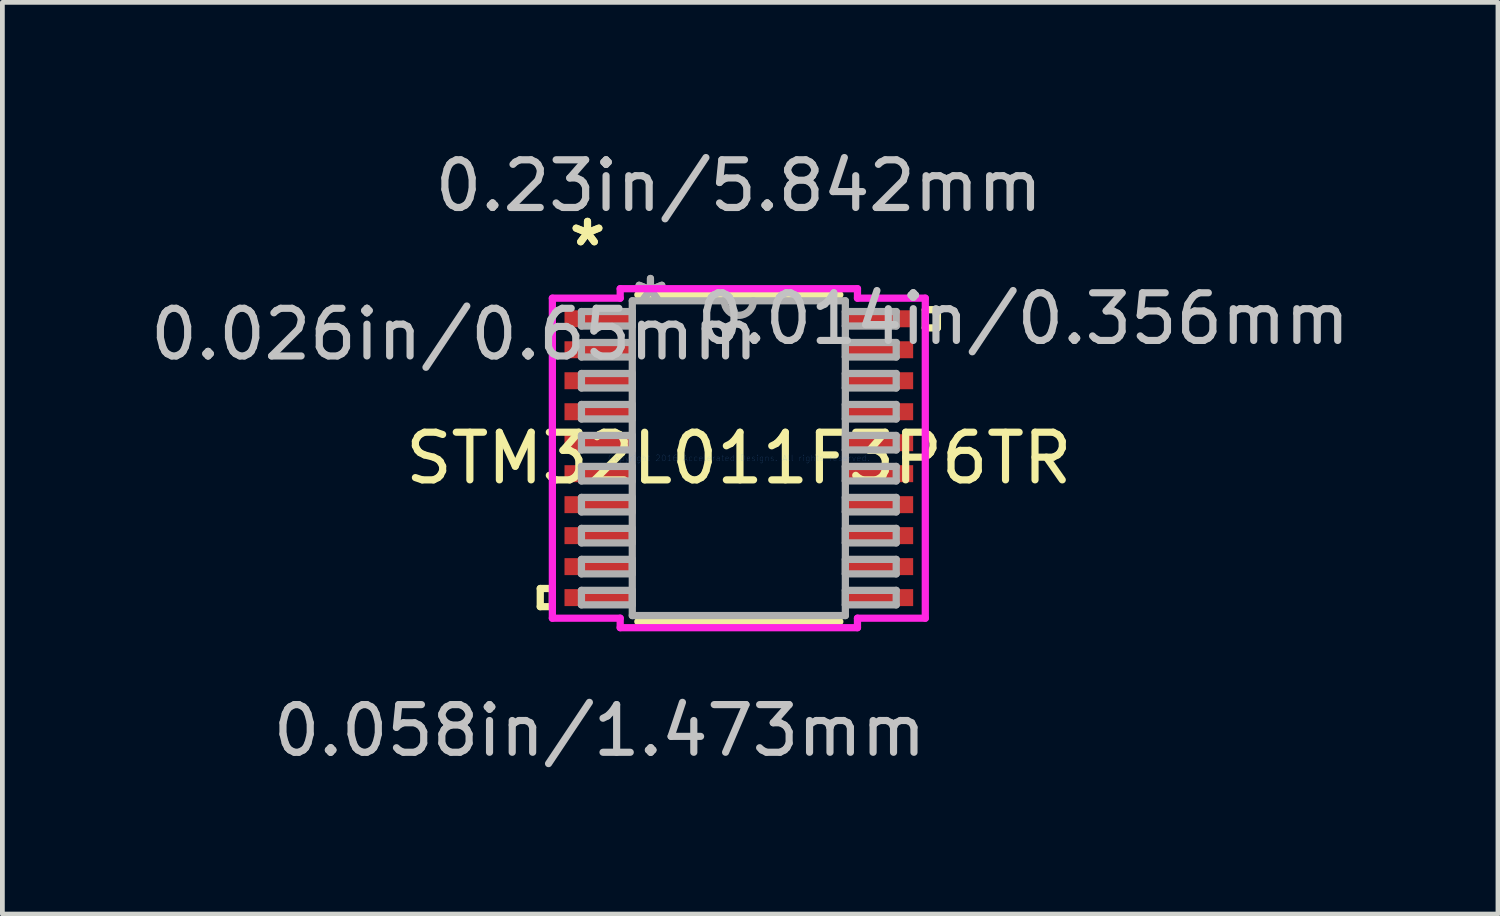
<source format=kicad_pcb>
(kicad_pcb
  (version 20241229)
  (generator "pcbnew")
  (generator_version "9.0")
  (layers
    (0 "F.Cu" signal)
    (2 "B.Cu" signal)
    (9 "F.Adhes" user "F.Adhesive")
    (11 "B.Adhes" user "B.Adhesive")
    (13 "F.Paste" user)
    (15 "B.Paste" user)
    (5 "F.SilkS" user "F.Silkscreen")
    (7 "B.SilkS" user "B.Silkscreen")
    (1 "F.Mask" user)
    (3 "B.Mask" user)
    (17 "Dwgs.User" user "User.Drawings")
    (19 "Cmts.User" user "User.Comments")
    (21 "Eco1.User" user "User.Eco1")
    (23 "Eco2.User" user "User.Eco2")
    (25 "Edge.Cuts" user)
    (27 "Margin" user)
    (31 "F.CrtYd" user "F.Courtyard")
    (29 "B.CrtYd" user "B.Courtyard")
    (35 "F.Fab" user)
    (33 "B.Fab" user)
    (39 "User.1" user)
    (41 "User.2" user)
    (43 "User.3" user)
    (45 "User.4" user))
  (footprint "STM32L011F3P6TR"
    (layer "F.Cu")
    (at 12.451 6.563)
    (property "Reference" "STM32L011F3P6TR" (at 0 0 0) (layer "F.SilkS") (effects (font (size 1 1) (thickness 0.15))))
    (attr through_hole)
    (fp_line (start -4.166 2.734) (end -4.166 3.115) (stroke (width 0.152) (type solid)) (layer "F.SilkS"))
    (fp_line (start -4.166 3.115) (end -3.912 3.115) (stroke (width 0.152) (type solid)) (layer "F.SilkS"))
    (fp_line (start -3.912 2.734) (end -4.166 2.734) (stroke (width 0.152) (type solid)) (layer "F.SilkS"))
    (fp_line (start -3.912 3.115) (end -3.912 2.734) (stroke (width 0.152) (type solid)) (layer "F.SilkS"))
    (fp_line (start -2.119 3.429) (end 2.119 3.429) (stroke (width 0.152) (type solid)) (layer "F.SilkS"))
    (fp_line (start 2.119 -3.429) (end -2.119 -3.429) (stroke (width 0.152) (type solid)) (layer "F.SilkS"))
    (fp_line (start 3.912 -3.115) (end 4.166 -3.115) (stroke (width 0.152) (type solid)) (layer "F.SilkS"))
    (fp_line (start 3.912 -2.734) (end 3.912 -3.115) (stroke (width 0.152) (type solid)) (layer "F.SilkS"))
    (fp_line (start 4.166 -3.115) (end 4.166 -2.734) (stroke (width 0.152) (type solid)) (layer "F.SilkS"))
    (fp_line (start 4.166 -2.734) (end 3.912 -2.734) (stroke (width 0.152) (type solid)) (layer "F.SilkS"))
    (fp_line (start -3.912 -3.357) (end -2.489 -3.357) (stroke (width 0.152) (type solid)) (layer "F.CrtYd"))
    (fp_line (start -3.912 3.357) (end -3.912 -3.357) (stroke (width 0.152) (type solid)) (layer "F.CrtYd"))
    (fp_line (start -2.489 -3.556) (end 2.489 -3.556) (stroke (width 0.152) (type solid)) (layer "F.CrtYd"))
    (fp_line (start -2.489 -3.357) (end -2.489 -3.556) (stroke (width 0.152) (type solid)) (layer "F.CrtYd"))
    (fp_line (start -2.489 3.357) (end -3.912 3.357) (stroke (width 0.152) (type solid)) (layer "F.CrtYd"))
    (fp_line (start -2.489 3.556) (end -2.489 3.357) (stroke (width 0.152) (type solid)) (layer "F.CrtYd"))
    (fp_line (start 2.489 -3.556) (end 2.489 -3.357) (stroke (width 0.152) (type solid)) (layer "F.CrtYd"))
    (fp_line (start 2.489 -3.357) (end 3.912 -3.357) (stroke (width 0.152) (type solid)) (layer "F.CrtYd"))
    (fp_line (start 2.489 3.357) (end 2.489 3.556) (stroke (width 0.152) (type solid)) (layer "F.CrtYd"))
    (fp_line (start 2.489 3.556) (end -2.489 3.556) (stroke (width 0.152) (type solid)) (layer "F.CrtYd"))
    (fp_line (start 3.912 -3.357) (end 3.912 3.357) (stroke (width 0.152) (type solid)) (layer "F.CrtYd"))
    (fp_line (start 3.912 3.357) (end 2.489 3.357) (stroke (width 0.152) (type solid)) (layer "F.CrtYd"))
    (fp_line (start -3.302 -3.077) (end -3.302 -2.773) (stroke (width 0.152) (type solid)) (layer "F.Fab"))
    (fp_line (start -3.302 -2.773) (end -2.235 -2.773) (stroke (width 0.152) (type solid)) (layer "F.Fab"))
    (fp_line (start -3.302 -2.427) (end -3.302 -2.123) (stroke (width 0.152) (type solid)) (layer "F.Fab"))
    (fp_line (start -3.302 -2.123) (end -2.235 -2.123) (stroke (width 0.152) (type solid)) (layer "F.Fab"))
    (fp_line (start -3.302 -1.777) (end -3.302 -1.473) (stroke (width 0.152) (type solid)) (layer "F.Fab"))
    (fp_line (start -3.302 -1.473) (end -2.235 -1.473) (stroke (width 0.152) (type solid)) (layer "F.Fab"))
    (fp_line (start -3.302 -1.127) (end -3.302 -0.823) (stroke (width 0.152) (type solid)) (layer "F.Fab"))
    (fp_line (start -3.302 -0.823) (end -2.235 -0.823) (stroke (width 0.152) (type solid)) (layer "F.Fab"))
    (fp_line (start -3.302 -0.477) (end -3.302 -0.173) (stroke (width 0.152) (type solid)) (layer "F.Fab"))
    (fp_line (start -3.302 -0.173) (end -2.235 -0.173) (stroke (width 0.152) (type solid)) (layer "F.Fab"))
    (fp_line (start -3.302 0.173) (end -3.302 0.477) (stroke (width 0.152) (type solid)) (layer "F.Fab"))
    (fp_line (start -3.302 0.477) (end -2.235 0.477) (stroke (width 0.152) (type solid)) (layer "F.Fab"))
    (fp_line (start -3.302 0.823) (end -3.302 1.127) (stroke (width 0.152) (type solid)) (layer "F.Fab"))
    (fp_line (start -3.302 1.127) (end -2.235 1.127) (stroke (width 0.152) (type solid)) (layer "F.Fab"))
    (fp_line (start -3.302 1.473) (end -3.302 1.777) (stroke (width 0.152) (type solid)) (layer "F.Fab"))
    (fp_line (start -3.302 1.777) (end -2.235 1.777) (stroke (width 0.152) (type solid)) (layer "F.Fab"))
    (fp_line (start -3.302 2.123) (end -3.302 2.427) (stroke (width 0.152) (type solid)) (layer "F.Fab"))
    (fp_line (start -3.302 2.427) (end -2.235 2.427) (stroke (width 0.152) (type solid)) (layer "F.Fab"))
    (fp_line (start -3.302 2.773) (end -3.302 3.077) (stroke (width 0.152) (type solid)) (layer "F.Fab"))
    (fp_line (start -3.302 3.077) (end -2.235 3.077) (stroke (width 0.152) (type solid)) (layer "F.Fab"))
    (fp_line (start -2.235 -3.302) (end -2.235 3.302) (stroke (width 0.152) (type solid)) (layer "F.Fab"))
    (fp_line (start -2.235 -3.077) (end -3.302 -3.077) (stroke (width 0.152) (type solid)) (layer "F.Fab"))
    (fp_line (start -2.235 -2.773) (end -2.235 -3.077) (stroke (width 0.152) (type solid)) (layer "F.Fab"))
    (fp_line (start -2.235 -2.427) (end -3.302 -2.427) (stroke (width 0.152) (type solid)) (layer "F.Fab"))
    (fp_line (start -2.235 -2.123) (end -2.235 -2.427) (stroke (width 0.152) (type solid)) (layer "F.Fab"))
    (fp_line (start -2.235 -1.777) (end -3.302 -1.777) (stroke (width 0.152) (type solid)) (layer "F.Fab"))
    (fp_line (start -2.235 -1.473) (end -2.235 -1.777) (stroke (width 0.152) (type solid)) (layer "F.Fab"))
    (fp_line (start -2.235 -1.127) (end -3.302 -1.127) (stroke (width 0.152) (type solid)) (layer "F.Fab"))
    (fp_line (start -2.235 -0.823) (end -2.235 -1.127) (stroke (width 0.152) (type solid)) (layer "F.Fab"))
    (fp_line (start -2.235 -0.477) (end -3.302 -0.477) (stroke (width 0.152) (type solid)) (layer "F.Fab"))
    (fp_line (start -2.235 -0.173) (end -2.235 -0.477) (stroke (width 0.152) (type solid)) (layer "F.Fab"))
    (fp_line (start -2.235 0.173) (end -3.302 0.173) (stroke (width 0.152) (type solid)) (layer "F.Fab"))
    (fp_line (start -2.235 0.477) (end -2.235 0.173) (stroke (width 0.152) (type solid)) (layer "F.Fab"))
    (fp_line (start -2.235 0.823) (end -3.302 0.823) (stroke (width 0.152) (type solid)) (layer "F.Fab"))
    (fp_line (start -2.235 1.127) (end -2.235 0.823) (stroke (width 0.152) (type solid)) (layer "F.Fab"))
    (fp_line (start -2.235 1.473) (end -3.302 1.473) (stroke (width 0.152) (type solid)) (layer "F.Fab"))
    (fp_line (start -2.235 1.777) (end -2.235 1.473) (stroke (width 0.152) (type solid)) (layer "F.Fab"))
    (fp_line (start -2.235 2.123) (end -3.302 2.123) (stroke (width 0.152) (type solid)) (layer "F.Fab"))
    (fp_line (start -2.235 2.427) (end -2.235 2.123) (stroke (width 0.152) (type solid)) (layer "F.Fab"))
    (fp_line (start -2.235 2.773) (end -3.302 2.773) (stroke (width 0.152) (type solid)) (layer "F.Fab"))
    (fp_line (start -2.235 3.077) (end -2.235 2.773) (stroke (width 0.152) (type solid)) (layer "F.Fab"))
    (fp_line (start -2.235 3.302) (end 2.235 3.302) (stroke (width 0.152) (type solid)) (layer "F.Fab"))
    (fp_line (start 2.235 -3.302) (end -2.235 -3.302) (stroke (width 0.152) (type solid)) (layer "F.Fab"))
    (fp_line (start 2.235 -3.077) (end 2.235 -2.773) (stroke (width 0.152) (type solid)) (layer "F.Fab"))
    (fp_line (start 2.235 -2.773) (end 3.302 -2.773) (stroke (width 0.152) (type solid)) (layer "F.Fab"))
    (fp_line (start 2.235 -2.427) (end 2.235 -2.123) (stroke (width 0.152) (type solid)) (layer "F.Fab"))
    (fp_line (start 2.235 -2.123) (end 3.302 -2.123) (stroke (width 0.152) (type solid)) (layer "F.Fab"))
    (fp_line (start 2.235 -1.777) (end 2.235 -1.473) (stroke (width 0.152) (type solid)) (layer "F.Fab"))
    (fp_line (start 2.235 -1.473) (end 3.302 -1.473) (stroke (width 0.152) (type solid)) (layer "F.Fab"))
    (fp_line (start 2.235 -1.127) (end 2.235 -0.823) (stroke (width 0.152) (type solid)) (layer "F.Fab"))
    (fp_line (start 2.235 -0.823) (end 3.302 -0.823) (stroke (width 0.152) (type solid)) (layer "F.Fab"))
    (fp_line (start 2.235 -0.477) (end 2.235 -0.173) (stroke (width 0.152) (type solid)) (layer "F.Fab"))
    (fp_line (start 2.235 -0.173) (end 3.302 -0.173) (stroke (width 0.152) (type solid)) (layer "F.Fab"))
    (fp_line (start 2.235 0.173) (end 2.235 0.477) (stroke (width 0.152) (type solid)) (layer "F.Fab"))
    (fp_line (start 2.235 0.477) (end 3.302 0.477) (stroke (width 0.152) (type solid)) (layer "F.Fab"))
    (fp_line (start 2.235 0.823) (end 2.235 1.127) (stroke (width 0.152) (type solid)) (layer "F.Fab"))
    (fp_line (start 2.235 1.127) (end 3.302 1.127) (stroke (width 0.152) (type solid)) (layer "F.Fab"))
    (fp_line (start 2.235 1.473) (end 2.235 1.777) (stroke (width 0.152) (type solid)) (layer "F.Fab"))
    (fp_line (start 2.235 1.777) (end 3.302 1.777) (stroke (width 0.152) (type solid)) (layer "F.Fab"))
    (fp_line (start 2.235 2.123) (end 2.235 2.427) (stroke (width 0.152) (type solid)) (layer "F.Fab"))
    (fp_line (start 2.235 2.427) (end 3.302 2.427) (stroke (width 0.152) (type solid)) (layer "F.Fab"))
    (fp_line (start 2.235 2.773) (end 2.235 3.077) (stroke (width 0.152) (type solid)) (layer "F.Fab"))
    (fp_line (start 2.235 3.077) (end 3.302 3.077) (stroke (width 0.152) (type solid)) (layer "F.Fab"))
    (fp_line (start 2.235 3.302) (end 2.235 -3.302) (stroke (width 0.152) (type solid)) (layer "F.Fab"))
    (fp_line (start 3.302 -3.077) (end 2.235 -3.077) (stroke (width 0.152) (type solid)) (layer "F.Fab"))
    (fp_line (start 3.302 -2.773) (end 3.302 -3.077) (stroke (width 0.152) (type solid)) (layer "F.Fab"))
    (fp_line (start 3.302 -2.427) (end 2.235 -2.427) (stroke (width 0.152) (type solid)) (layer "F.Fab"))
    (fp_line (start 3.302 -2.123) (end 3.302 -2.427) (stroke (width 0.152) (type solid)) (layer "F.Fab"))
    (fp_line (start 3.302 -1.777) (end 2.235 -1.777) (stroke (width 0.152) (type solid)) (layer "F.Fab"))
    (fp_line (start 3.302 -1.473) (end 3.302 -1.777) (stroke (width 0.152) (type solid)) (layer "F.Fab"))
    (fp_line (start 3.302 -1.127) (end 2.235 -1.127) (stroke (width 0.152) (type solid)) (layer "F.Fab"))
    (fp_line (start 3.302 -0.823) (end 3.302 -1.127) (stroke (width 0.152) (type solid)) (layer "F.Fab"))
    (fp_line (start 3.302 -0.477) (end 2.235 -0.477) (stroke (width 0.152) (type solid)) (layer "F.Fab"))
    (fp_line (start 3.302 -0.173) (end 3.302 -0.477) (stroke (width 0.152) (type solid)) (layer "F.Fab"))
    (fp_line (start 3.302 0.173) (end 2.235 0.173) (stroke (width 0.152) (type solid)) (layer "F.Fab"))
    (fp_line (start 3.302 0.477) (end 3.302 0.173) (stroke (width 0.152) (type solid)) (layer "F.Fab"))
    (fp_line (start 3.302 0.823) (end 2.235 0.823) (stroke (width 0.152) (type solid)) (layer "F.Fab"))
    (fp_line (start 3.302 1.127) (end 3.302 0.823) (stroke (width 0.152) (type solid)) (layer "F.Fab"))
    (fp_line (start 3.302 1.473) (end 2.235 1.473) (stroke (width 0.152) (type solid)) (layer "F.Fab"))
    (fp_line (start 3.302 1.777) (end 3.302 1.473) (stroke (width 0.152) (type solid)) (layer "F.Fab"))
    (fp_line (start 3.302 2.123) (end 2.235 2.123) (stroke (width 0.152) (type solid)) (layer "F.Fab"))
    (fp_line (start 3.302 2.427) (end 3.302 2.123) (stroke (width 0.152) (type solid)) (layer "F.Fab"))
    (fp_line (start 3.302 2.773) (end 2.235 2.773) (stroke (width 0.152) (type solid)) (layer "F.Fab"))
    (fp_line (start 3.302 3.077) (end 3.302 2.773) (stroke (width 0.152) (type solid)) (layer "F.Fab"))
    (fp_arc (start 0.3048 -3.302) (mid 0 -2.9972) (end -0.3048 -3.302) (stroke (width 0.1524) (type solid)) (layer "F.Fab"))
    (fp_text user "*" (at -3.175 -4.424 0) (layer "F.SilkS") (effects (font (size 1 1) (thickness 0.15))))
    (fp_text user "*" (at -3.175 -4.424 0) (layer "F.SilkS") (effects (font (size 1 1) (thickness 0.15))))
    (fp_text user "0.014in/0.356mm" (at 5.969 -2.925 0) (layer "Dwgs.User") (effects (font (size 1 1) (thickness 0.15))))
    (fp_text user "0.23in/5.842mm" (at 0 -5.715 0) (layer "Dwgs.User") (effects (font (size 1 1) (thickness 0.15))))
    (fp_text user "0.026in/0.65mm" (at -5.969 -2.6 0) (layer "Dwgs.User") (effects (font (size 1 1) (thickness 0.15))))
    (fp_text user "0.058in/1.473mm" (at -2.921 5.715 0) (layer "Dwgs.User") (effects (font (size 1 1) (thickness 0.15))))
    (fp_text user "Copyright 2016 Accelerated Designs. All rights reserved." (at 0 0 0) (layer "Cmts.User") (effects (font (size 0.127 0.127) (thickness 0.002))))
    (fp_text user "*" (at -1.854 -3.226 0) (layer "F.Fab") (effects (font (size 1 1) (thickness 0.15))))
    (fp_text user "*" (at -1.854 -3.226 0) (layer "F.Fab") (effects (font (size 1 1) (thickness 0.15))))
    (pad "1" smd rect (at -2.921 -2.925) (size 1.473 0.356) (layers "F.Cu" "F.Mask" "F.Paste"))
    (pad "2" smd rect (at -2.921 -2.275) (size 1.473 0.356) (layers "F.Cu" "F.Mask" "F.Paste"))
    (pad "3" smd rect (at -2.921 -1.625) (size 1.473 0.356) (layers "F.Cu" "F.Mask" "F.Paste"))
    (pad "4" smd rect (at -2.921 -0.975) (size 1.473 0.356) (layers "F.Cu" "F.Mask" "F.Paste"))
    (pad "5" smd rect (at -2.921 -0.325) (size 1.473 0.356) (layers "F.Cu" "F.Mask" "F.Paste"))
    (pad "6" smd rect (at -2.921 0.325) (size 1.473 0.356) (layers "F.Cu" "F.Mask" "F.Paste"))
    (pad "7" smd rect (at -2.921 0.975) (size 1.473 0.356) (layers "F.Cu" "F.Mask" "F.Paste"))
    (pad "8" smd rect (at -2.921 1.625) (size 1.473 0.356) (layers "F.Cu" "F.Mask" "F.Paste"))
    (pad "9" smd rect (at -2.921 2.275) (size 1.473 0.356) (layers "F.Cu" "F.Mask" "F.Paste"))
    (pad "10" smd rect (at -2.921 2.925) (size 1.473 0.356) (layers "F.Cu" "F.Mask" "F.Paste"))
    (pad "11" smd rect (at 2.921 2.925) (size 1.473 0.356) (layers "F.Cu" "F.Mask" "F.Paste"))
    (pad "12" smd rect (at 2.921 2.275) (size 1.473 0.356) (layers "F.Cu" "F.Mask" "F.Paste"))
    (pad "13" smd rect (at 2.921 1.625) (size 1.473 0.356) (layers "F.Cu" "F.Mask" "F.Paste"))
    (pad "14" smd rect (at 2.921 0.975) (size 1.473 0.356) (layers "F.Cu" "F.Mask" "F.Paste"))
    (pad "15" smd rect (at 2.921 0.325) (size 1.473 0.356) (layers "F.Cu" "F.Mask" "F.Paste"))
    (pad "16" smd rect (at 2.921 -0.325) (size 1.473 0.356) (layers "F.Cu" "F.Mask" "F.Paste"))
    (pad "17" smd rect (at 2.921 -0.975) (size 1.473 0.356) (layers "F.Cu" "F.Mask" "F.Paste"))
    (pad "18" smd rect (at 2.921 -1.625) (size 1.473 0.356) (layers "F.Cu" "F.Mask" "F.Paste"))
    (pad "19" smd rect (at 2.921 -2.275) (size 1.473 0.356) (layers "F.Cu" "F.Mask" "F.Paste"))
    (pad "20" smd rect (at 2.921 -2.925) (size 1.473 0.356) (layers "F.Cu" "F.Mask" "F.Paste")))
  (gr_rect
    (start -3 -3)
    (end 28.378 16.127)
    (stroke (width 0.1) (type default))
    (fill no)
    (layer "Edge.Cuts")))
</source>
